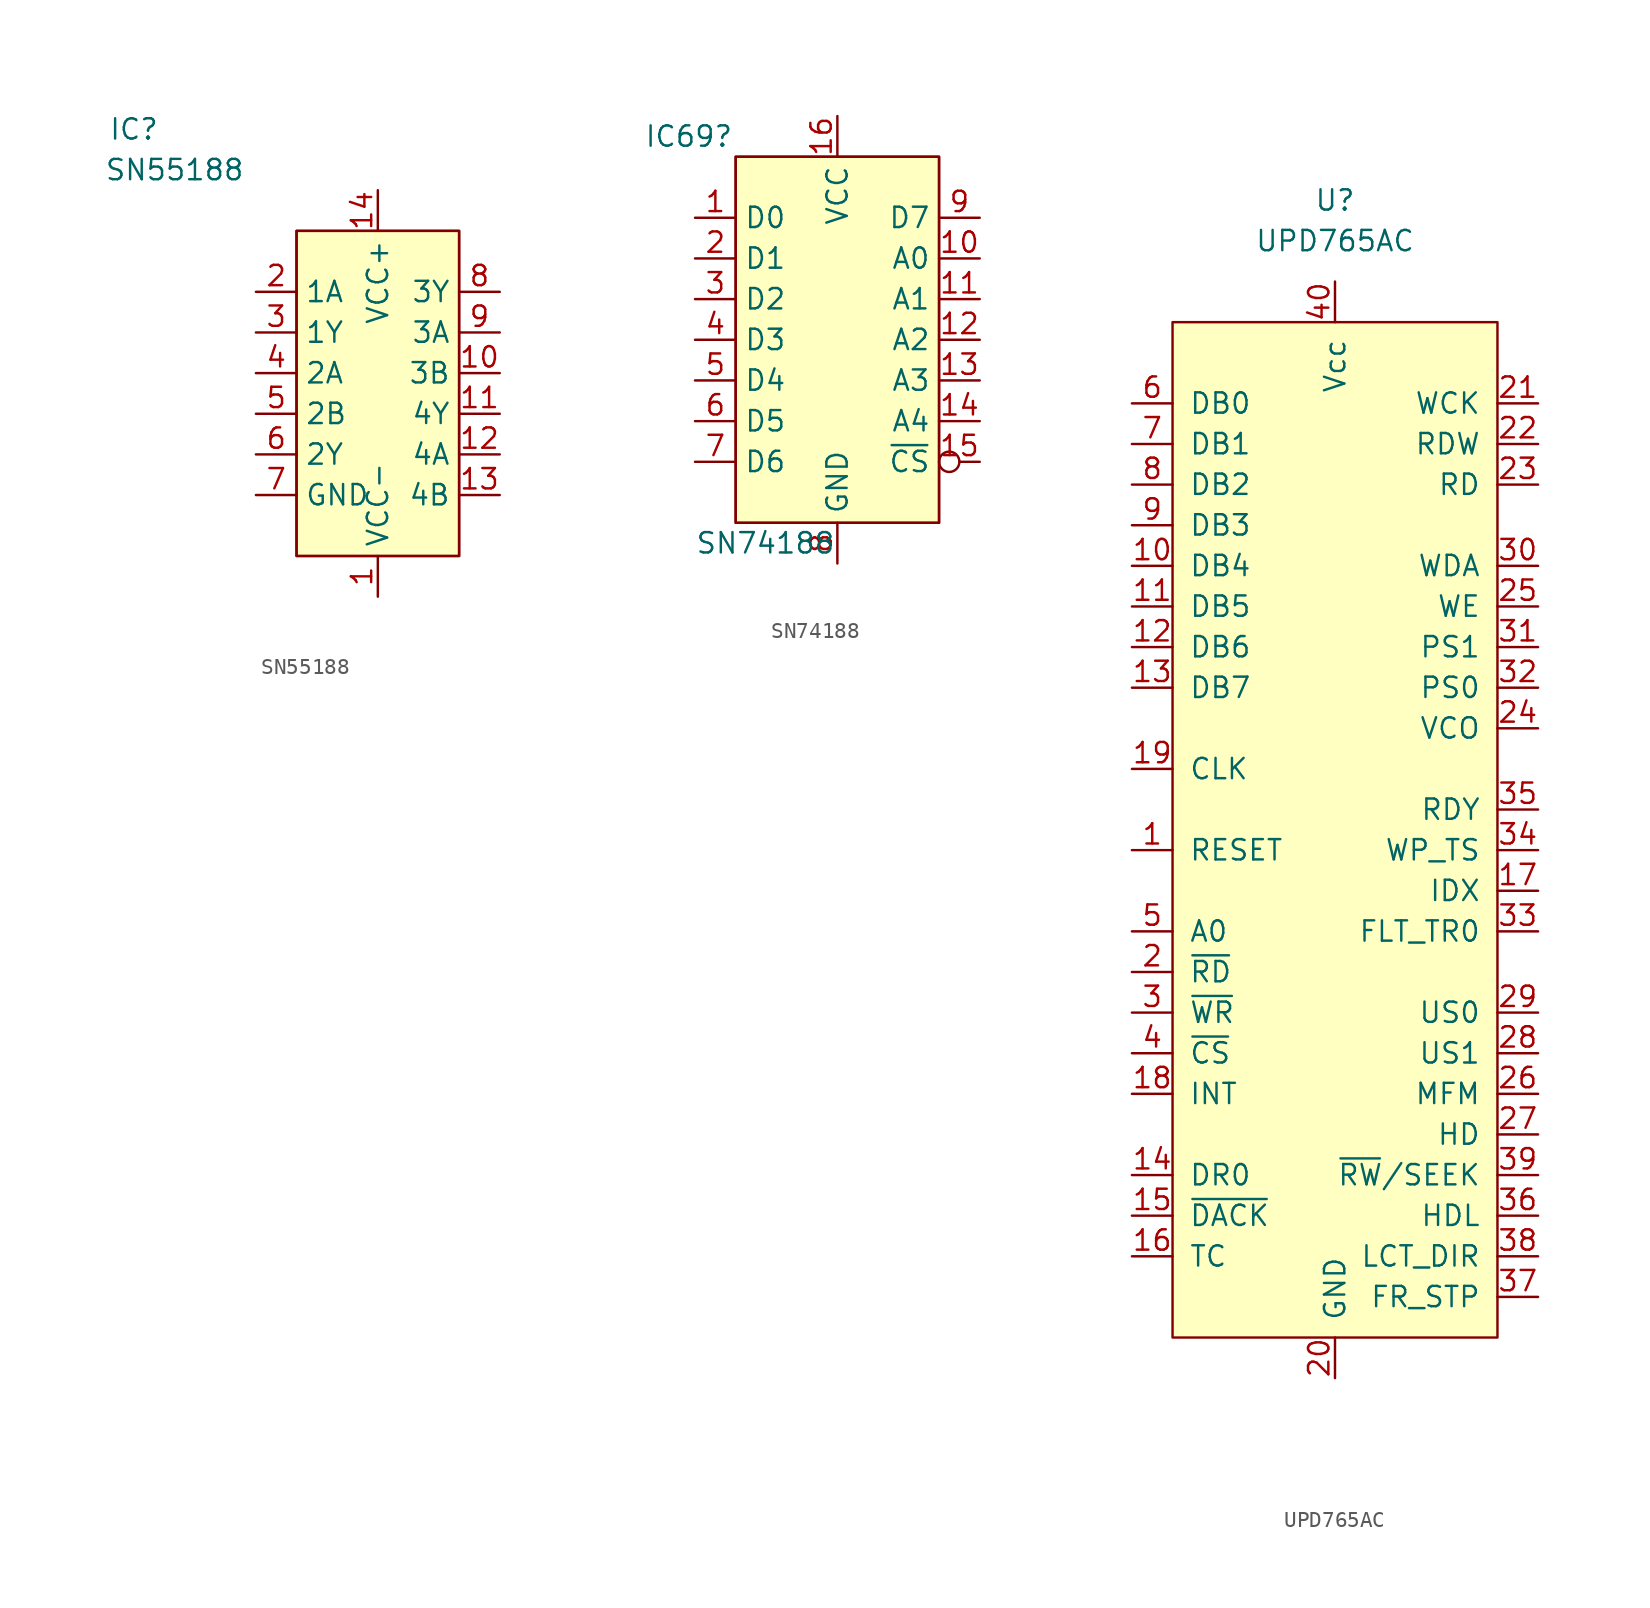
<source format=kicad_sym>
(kicad_symbol_lib
  (version 20211014)
  (generator kicad_symbol_editor)
  (symbol "SN55188"
    (property "Reference" "IC"
      (at -7.62 6.35 0)
      (effects (font (size 1.27 1.27))))
    (property "Value" "SN55188"
      (at -5.08 3.81 0)
      (effects (font (size 1.27 1.27))))
    (symbol "SN55188_0_0"
      (pin power_in line (at 7.62 -22.86 90) (length 2.54) (name "VCC-" (effects (font (size 1.27 1.27)))) (number "1" (effects (font (size 1.27 1.27)))))
      (pin input line (at 15.24 -8.89 180) (length 2.54) (name "3B" (effects (font (size 1.27 1.27)))) (number "10" (effects (font (size 1.27 1.27)))))
      (pin input line (at 15.24 -11.43 180) (length 2.54) (name "4Y" (effects (font (size 1.27 1.27)))) (number "11" (effects (font (size 1.27 1.27)))))
      (pin input line (at 15.24 -13.97 180) (length 2.54) (name "4A" (effects (font (size 1.27 1.27)))) (number "12" (effects (font (size 1.27 1.27)))))
      (pin input line (at 15.24 -16.51 180) (length 2.54) (name "4B" (effects (font (size 1.27 1.27)))) (number "13" (effects (font (size 1.27 1.27)))))
      (pin power_in line (at 7.62 2.54 270) (length 2.54) (name "VCC+" (effects (font (size 1.27 1.27)))) (number "14" (effects (font (size 1.27 1.27)))))
      (pin input line (at 0 -3.81 0) (length 2.54) (name "1A" (effects (font (size 1.27 1.27)))) (number "2" (effects (font (size 1.27 1.27)))))
      (pin input line (at 0 -6.35 0) (length 2.54) (name "1Y" (effects (font (size 1.27 1.27)))) (number "3" (effects (font (size 1.27 1.27)))))
      (pin input line (at 0 -8.89 0) (length 2.54) (name "2A" (effects (font (size 1.27 1.27)))) (number "4" (effects (font (size 1.27 1.27)))))
      (pin input line (at 0 -11.43 0) (length 2.54) (name "2B" (effects (font (size 1.27 1.27)))) (number "5" (effects (font (size 1.27 1.27)))))
      (pin input line (at 0 -13.97 0) (length 2.54) (name "2Y" (effects (font (size 1.27 1.27)))) (number "6" (effects (font (size 1.27 1.27)))))
      (pin unspecified line (at 0 -16.51 0) (length 2.54) (name "GND" (effects (font (size 1.27 1.27)))) (number "7" (effects (font (size 1.27 1.27)))))
      (pin input line (at 15.24 -3.81 180) (length 2.54) (name "3Y" (effects (font (size 1.27 1.27)))) (number "8" (effects (font (size 1.27 1.27)))))
      (pin input line (at 15.24 -6.35 180) (length 2.54) (name "3A" (effects (font (size 1.27 1.27)))) (number "9" (effects (font (size 1.27 1.27))))))
    (symbol "SN55188_0_1"
      (rectangle (start 2.54 0) (end 12.7 -20.32) (stroke (width 0) (type default) (color 0 0 0 0)) (fill (type none)))
      (rectangle (start 2.54 0) (end 12.7 -20.32) (stroke (width 0) (type default) (color 0 0 0 0)) (fill (type background)))))
  (symbol "SN74188"
    (property "Reference" "IC69"
      (at -3.175 1.27 0)
      (effects (font (size 1.27 1.27)) (justify left)))
    (property "Value" "SN74188"
      (at 0 -24.13 0)
      (effects (font (size 1.27 1.27)) (justify left)))
    (symbol "SN74188_0_0"
      (pin output line (at 0 -3.81 0) (length 2.54) (name "D0" (effects (font (size 1.27 1.27)))) (number "1" (effects (font (size 1.27 1.27)))))
      (pin input line (at 17.78 -6.35 180) (length 2.54) (name "A0" (effects (font (size 1.27 1.27)))) (number "10" (effects (font (size 1.27 1.27)))))
      (pin input line (at 17.78 -8.89 180) (length 2.54) (name "A1" (effects (font (size 1.27 1.27)))) (number "11" (effects (font (size 1.27 1.27)))))
      (pin input line (at 17.78 -11.43 180) (length 2.54) (name "A2" (effects (font (size 1.27 1.27)))) (number "12" (effects (font (size 1.27 1.27)))))
      (pin input line (at 17.78 -13.97 180) (length 2.54) (name "A3" (effects (font (size 1.27 1.27)))) (number "13" (effects (font (size 1.27 1.27)))))
      (pin input line (at 17.78 -16.51 180) (length 2.54) (name "A4" (effects (font (size 1.27 1.27)))) (number "14" (effects (font (size 1.27 1.27)))))
      (pin input inverted (at 17.78 -19.05 180) (length 2.54) (name "~{CS}" (effects (font (size 1.27 1.27)))) (number "15" (effects (font (size 1.27 1.27)))))
      (pin input line (at 8.89 2.54 270) (length 2.54) (name "VCC" (effects (font (size 1.27 1.27)))) (number "16" (effects (font (size 1.27 1.27)))))
      (pin output line (at 0 -6.35 0) (length 2.54) (name "D1" (effects (font (size 1.27 1.27)))) (number "2" (effects (font (size 1.27 1.27)))))
      (pin output line (at 0 -8.89 0) (length 2.54) (name "D2" (effects (font (size 1.27 1.27)))) (number "3" (effects (font (size 1.27 1.27)))))
      (pin output line (at 0 -11.43 0) (length 2.54) (name "D3" (effects (font (size 1.27 1.27)))) (number "4" (effects (font (size 1.27 1.27)))))
      (pin output line (at 0 -13.97 0) (length 2.54) (name "D4" (effects (font (size 1.27 1.27)))) (number "5" (effects (font (size 1.27 1.27)))))
      (pin output line (at 0 -16.51 0) (length 2.54) (name "D5" (effects (font (size 1.27 1.27)))) (number "6" (effects (font (size 1.27 1.27)))))
      (pin output line (at 0 -19.05 0) (length 2.54) (name "D6" (effects (font (size 1.27 1.27)))) (number "7" (effects (font (size 1.27 1.27)))))
      (pin power_in line (at 8.89 -25.4 90) (length 2.54) (name "GND" (effects (font (size 1.27 1.27)))) (number "8" (effects (font (size 1.27 1.27)))))
      (pin output line (at 17.78 -3.81 180) (length 2.54) (name "D7" (effects (font (size 1.27 1.27)))) (number "9" (effects (font (size 1.27 1.27))))))
    (symbol "SN74188_0_1"
      (rectangle (start 2.54 0) (end 15.24 -22.86) (stroke (width 0) (type default) (color 0 0 0 0)) (fill (type none)))
      (rectangle (start 2.54 0) (end 15.24 -22.86) (stroke (width 0) (type default) (color 0 0 0 0)) (fill (type background)))))
  (symbol "UPD765AC"
    (pin_names
      (offset 1.016))
    (property "Reference" "U"
      (at 0 45.72 0)
      (effects (font (size 1.27 1.27))))
    (property "Value" "UPD765AC"
      (at 0 43.18 0)
      (effects (font (size 1.27 1.27))))
    (symbol "UPD765AC_0_0"
      (pin input line (at -12.7 5.08 0) (length 2.54) (name "RESET" (effects (font (size 1.27 1.27)))) (number "1" (effects (font (size 1.27 1.27)))))
      (pin tri_state line (at -12.7 22.86 0) (length 2.54) (name "DB4" (effects (font (size 1.27 1.27)))) (number "10" (effects (font (size 1.27 1.27)))))
      (pin tri_state line (at -12.7 20.32 0) (length 2.54) (name "DB5" (effects (font (size 1.27 1.27)))) (number "11" (effects (font (size 1.27 1.27)))))
      (pin tri_state line (at -12.7 17.78 0) (length 2.54) (name "DB6" (effects (font (size 1.27 1.27)))) (number "12" (effects (font (size 1.27 1.27)))))
      (pin tri_state line (at -12.7 15.24 0) (length 2.54) (name "DB7" (effects (font (size 1.27 1.27)))) (number "13" (effects (font (size 1.27 1.27)))))
      (pin output line (at -12.7 -15.24 0) (length 2.54) (name "DR0" (effects (font (size 1.27 1.27)))) (number "14" (effects (font (size 1.27 1.27)))))
      (pin input line (at -12.7 -17.78 0) (length 2.54) (name "~{DACK}" (effects (font (size 1.27 1.27)))) (number "15" (effects (font (size 1.27 1.27)))))
      (pin input line (at -12.7 -20.32 0) (length 2.54) (name "TC" (effects (font (size 1.27 1.27)))) (number "16" (effects (font (size 1.27 1.27)))))
      (pin input line (at 12.7 2.54 180) (length 2.54) (name "IDX" (effects (font (size 1.27 1.27)))) (number "17" (effects (font (size 1.27 1.27)))))
      (pin output line (at -12.7 -10.16 0) (length 2.54) (name "INT" (effects (font (size 1.27 1.27)))) (number "18" (effects (font (size 1.27 1.27)))))
      (pin input line (at -12.7 10.16 0) (length 2.54) (name "CLK" (effects (font (size 1.27 1.27)))) (number "19" (effects (font (size 1.27 1.27)))))
      (pin input line (at -12.7 -2.54 0) (length 2.54) (name "~{RD}" (effects (font (size 1.27 1.27)))) (number "2" (effects (font (size 1.27 1.27)))))
      (pin power_in line (at 0 -27.94 90) (length 2.54) (name "GND" (effects (font (size 1.27 1.27)))) (number "20" (effects (font (size 1.27 1.27)))))
      (pin input line (at 12.7 33.02 180) (length 2.54) (name "WCK" (effects (font (size 1.27 1.27)))) (number "21" (effects (font (size 1.27 1.27)))))
      (pin input line (at 12.7 30.48 180) (length 2.54) (name "RDW" (effects (font (size 1.27 1.27)))) (number "22" (effects (font (size 1.27 1.27)))))
      (pin input line (at 12.7 27.94 180) (length 2.54) (name "RD" (effects (font (size 1.27 1.27)))) (number "23" (effects (font (size 1.27 1.27)))))
      (pin input line (at 12.7 12.7 180) (length 2.54) (name "VCO" (effects (font (size 1.27 1.27)))) (number "24" (effects (font (size 1.27 1.27)))))
      (pin output line (at 12.7 20.32 180) (length 2.54) (name "WE" (effects (font (size 1.27 1.27)))) (number "25" (effects (font (size 1.27 1.27)))))
      (pin output line (at 12.7 -10.16 180) (length 2.54) (name "MFM" (effects (font (size 1.27 1.27)))) (number "26" (effects (font (size 1.27 1.27)))))
      (pin output line (at 12.7 -12.7 180) (length 2.54) (name "HD" (effects (font (size 1.27 1.27)))) (number "27" (effects (font (size 1.27 1.27)))))
      (pin output line (at 12.7 -7.62 180) (length 2.54) (name "US1" (effects (font (size 1.27 1.27)))) (number "28" (effects (font (size 1.27 1.27)))))
      (pin output line (at 12.7 -5.08 180) (length 2.54) (name "US0" (effects (font (size 1.27 1.27)))) (number "29" (effects (font (size 1.27 1.27)))))
      (pin input line (at -12.7 -5.08 0) (length 2.54) (name "~{WR}" (effects (font (size 1.27 1.27)))) (number "3" (effects (font (size 1.27 1.27)))))
      (pin output line (at 12.7 22.86 180) (length 2.54) (name "WDA" (effects (font (size 1.27 1.27)))) (number "30" (effects (font (size 1.27 1.27)))))
      (pin output line (at 12.7 17.78 180) (length 2.54) (name "PS1" (effects (font (size 1.27 1.27)))) (number "31" (effects (font (size 1.27 1.27)))))
      (pin output line (at 12.7 15.24 180) (length 2.54) (name "PS0" (effects (font (size 1.27 1.27)))) (number "32" (effects (font (size 1.27 1.27)))))
      (pin input line (at 12.7 0 180) (length 2.54) (name "FLT_TR0" (effects (font (size 1.27 1.27)))) (number "33" (effects (font (size 1.27 1.27)))))
      (pin input line (at 12.7 5.08 180) (length 2.54) (name "WP_TS" (effects (font (size 1.27 1.27)))) (number "34" (effects (font (size 1.27 1.27)))))
      (pin input line (at 12.7 7.62 180) (length 2.54) (name "RDY" (effects (font (size 1.27 1.27)))) (number "35" (effects (font (size 1.27 1.27)))))
      (pin output line (at 12.7 -17.78 180) (length 2.54) (name "HDL" (effects (font (size 1.27 1.27)))) (number "36" (effects (font (size 1.27 1.27)))))
      (pin output line (at 12.7 -22.86 180) (length 2.54) (name "FR_STP" (effects (font (size 1.27 1.27)))) (number "37" (effects (font (size 1.27 1.27)))))
      (pin output line (at 12.7 -20.32 180) (length 2.54) (name "LCT_DIR" (effects (font (size 1.27 1.27)))) (number "38" (effects (font (size 1.27 1.27)))))
      (pin output line (at 12.7 -15.24 180) (length 2.54) (name "~{RW}/SEEK" (effects (font (size 1.27 1.27)))) (number "39" (effects (font (size 1.27 1.27)))))
      (pin input line (at -12.7 -7.62 0) (length 2.54) (name "~{CS}" (effects (font (size 1.27 1.27)))) (number "4" (effects (font (size 1.27 1.27)))))
      (pin power_in line (at 0 40.64 270) (length 2.54) (name "Vcc" (effects (font (size 1.27 1.27)))) (number "40" (effects (font (size 1.27 1.27)))))
      (pin input line (at -12.7 0 0) (length 2.54) (name "A0" (effects (font (size 1.27 1.27)))) (number "5" (effects (font (size 1.27 1.27)))))
      (pin tri_state line (at -12.7 33.02 0) (length 2.54) (name "DB0" (effects (font (size 1.27 1.27)))) (number "6" (effects (font (size 1.27 1.27)))))
      (pin tri_state line (at -12.7 30.48 0) (length 2.54) (name "DB1" (effects (font (size 1.27 1.27)))) (number "7" (effects (font (size 1.27 1.27)))))
      (pin tri_state line (at -12.7 27.94 0) (length 2.54) (name "DB2" (effects (font (size 1.27 1.27)))) (number "8" (effects (font (size 1.27 1.27)))))
      (pin tri_state line (at -12.7 25.4 0) (length 2.54) (name "DB3" (effects (font (size 1.27 1.27)))) (number "9" (effects (font (size 1.27 1.27))))))
    (symbol "UPD765AC_0_1"
      (rectangle (start -10.16 38.1) (end 10.16 -25.4) (stroke (width 0) (type default) (color 0 0 0 0)) (fill (type background))))))
</source>
